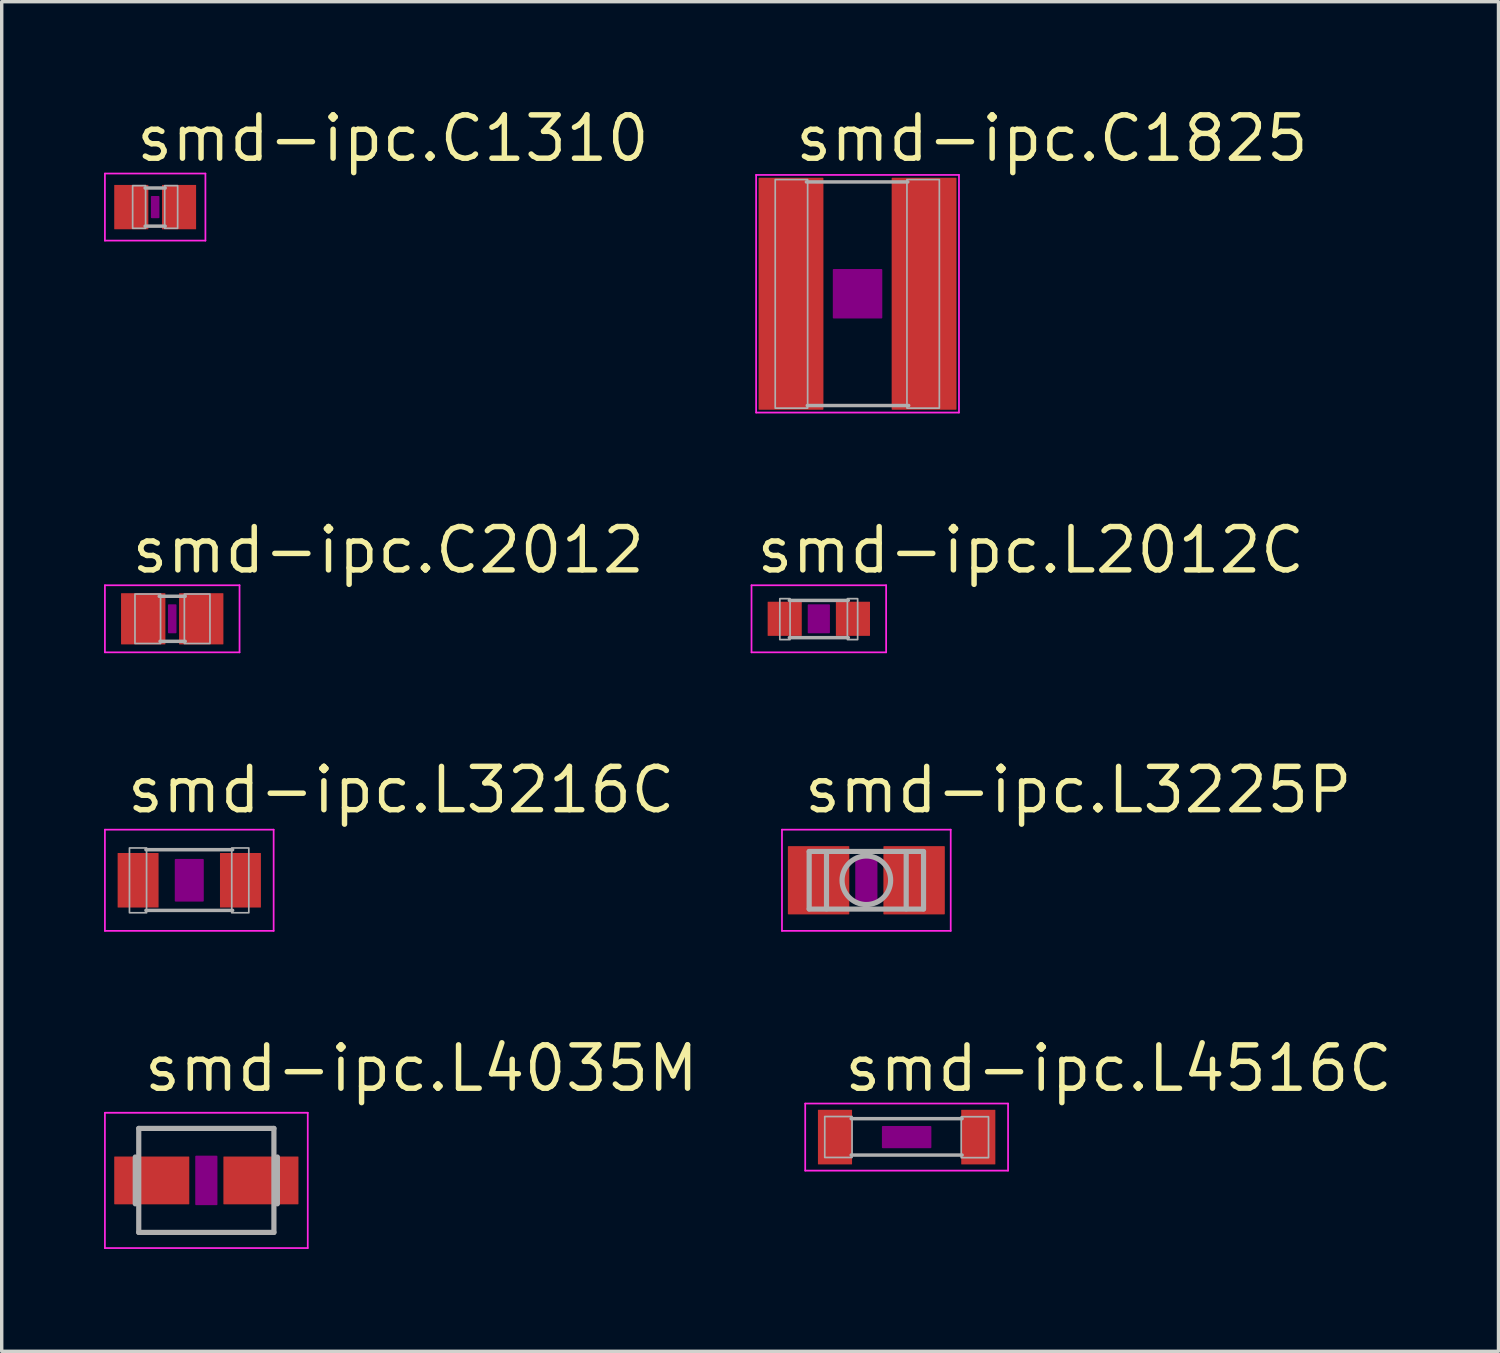
<source format=kicad_pcb>
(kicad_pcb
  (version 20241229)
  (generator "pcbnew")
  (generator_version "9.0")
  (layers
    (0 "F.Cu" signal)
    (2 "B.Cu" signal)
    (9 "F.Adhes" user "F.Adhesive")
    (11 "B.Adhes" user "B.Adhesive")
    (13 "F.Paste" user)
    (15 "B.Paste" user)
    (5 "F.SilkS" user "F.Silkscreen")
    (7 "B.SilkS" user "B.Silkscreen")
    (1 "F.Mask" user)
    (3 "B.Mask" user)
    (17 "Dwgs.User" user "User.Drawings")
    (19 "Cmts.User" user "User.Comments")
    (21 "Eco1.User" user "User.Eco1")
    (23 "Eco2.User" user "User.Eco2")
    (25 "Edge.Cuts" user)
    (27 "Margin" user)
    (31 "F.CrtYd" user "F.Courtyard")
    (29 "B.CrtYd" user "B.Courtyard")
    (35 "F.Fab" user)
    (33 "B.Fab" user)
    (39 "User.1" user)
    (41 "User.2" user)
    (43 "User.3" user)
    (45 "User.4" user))
  (footprint "smd-ipc.C2012"
    (layer "F.Cu")
    (at 1.998 15.088)
    (property "Reference" "smd-ipc.C2012" (at -1.27 -1.27 0) (layer "F.SilkS") (effects (font (size 1.27 1.27) (thickness 0.16)) (justify left bottom)))
    (attr smd)
    (fp_rect (start -0.1 0.4) (end 0.1 -0.4) (stroke (width 0.05) (type default)) (fill yes) (layer "F.Adhes"))
    (fp_line (start -1.973 -0.983) (end 1.973 -0.983) (stroke (width 0.051) (type default)) (layer "F.CrtYd"))
    (fp_line (start -1.973 0.983) (end -1.973 -0.983) (stroke (width 0.051) (type default)) (layer "F.CrtYd"))
    (fp_line (start 1.973 -0.983) (end 1.973 0.983) (stroke (width 0.051) (type default)) (layer "F.CrtYd"))
    (fp_line (start 1.973 0.983) (end -1.973 0.983) (stroke (width 0.051) (type default)) (layer "F.CrtYd"))
    (fp_line (start -0.381 -0.66) (end 0.381 -0.66) (stroke (width 0.102) (type default)) (layer "F.Fab"))
    (fp_line (start -0.356 0.66) (end 0.381 0.66) (stroke (width 0.102) (type default)) (layer "F.Fab"))
    (fp_rect (start -1.092 0.724) (end -0.342 -0.726) (stroke (width 0.05) (type default)) (fill no) (layer "F.Fab"))
    (fp_rect (start 0.356 0.724) (end 1.106 -0.726) (stroke (width 0.05) (type default)) (fill no) (layer "F.Fab"))
    (pad "1" smd roundrect (at -0.85 0) (size 1.3 1.5) (layers "F.Cu" "F.Mask" "F.Paste") (roundrect_rratio 0.01))
    (pad "2" smd roundrect (at 0.85 0) (size 1.3 1.5) (layers "F.Cu" "F.Mask" "F.Paste") (roundrect_rratio 0.01)))
  (footprint "smd-ipc.C1825"
    (layer "F.Cu")
    (at 22.086 5.56)
    (property "Reference" "smd-ipc.C1825" (at -1.905 -3.81 0) (layer "F.SilkS") (effects (font (size 1.27 1.27) (thickness 0.16)) (justify left bottom)))
    (attr smd)
    (fp_rect (start -0.7 0.7) (end 0.7 -0.7) (stroke (width 0.05) (type default)) (fill yes) (layer "F.Adhes"))
    (fp_line (start -2.973 -3.483) (end 2.973 -3.483) (stroke (width 0.051) (type default)) (layer "F.CrtYd"))
    (fp_line (start -2.973 3.483) (end -2.973 -3.483) (stroke (width 0.051) (type default)) (layer "F.CrtYd"))
    (fp_line (start 2.973 -3.483) (end 2.973 3.483) (stroke (width 0.051) (type default)) (layer "F.CrtYd"))
    (fp_line (start 2.973 3.483) (end -2.973 3.483) (stroke (width 0.051) (type default)) (layer "F.CrtYd"))
    (fp_line (start -1.499 -3.277) (end 1.473 -3.277) (stroke (width 0.102) (type default)) (layer "F.Fab"))
    (fp_line (start -1.473 3.277) (end 1.499 3.277) (stroke (width 0.102) (type default)) (layer "F.Fab"))
    (fp_rect (start -2.413 3.353) (end -1.463 -3.347) (stroke (width 0.05) (type default)) (fill no) (layer "F.Fab"))
    (fp_rect (start 1.448 3.353) (end 2.398 -3.347) (stroke (width 0.05) (type default)) (fill no) (layer "F.Fab"))
    (pad "1" smd roundrect (at -1.95 0) (size 1.9 6.8) (layers "F.Cu" "F.Mask" "F.Paste") (roundrect_rratio 0.01))
    (pad "2" smd roundrect (at 1.95 0) (size 1.9 6.8) (layers "F.Cu" "F.Mask" "F.Paste") (roundrect_rratio 0.01)))
  (footprint "smd-ipc.L3225P"
    (layer "F.Cu")
    (at 22.344 22.752)
    (property "Reference" "smd-ipc.L3225P" (at -1.905 -1.905 0) (layer "F.SilkS") (effects (font (size 1.27 1.27) (thickness 0.16)) (justify left bottom)))
    (attr smd)
    (fp_rect (start -0.3 0.7) (end 0.3 -0.7) (stroke (width 0.05) (type default)) (fill yes) (layer "F.Adhes"))
    (fp_line (start -2.473 -1.483) (end 2.473 -1.483) (stroke (width 0.051) (type default)) (layer "F.CrtYd"))
    (fp_line (start -2.473 1.483) (end -2.473 -1.483) (stroke (width 0.051) (type default)) (layer "F.CrtYd"))
    (fp_line (start 2.473 -1.483) (end 2.473 1.483) (stroke (width 0.051) (type default)) (layer "F.CrtYd"))
    (fp_line (start 2.473 1.483) (end -2.473 1.483) (stroke (width 0.051) (type default)) (layer "F.CrtYd"))
    (fp_line (start -1.676 -0.845) (end 1.676 -0.845) (stroke (width 0.152) (type default)) (layer "F.Fab"))
    (fp_line (start -1.676 -0.838) (end -1.676 0.838) (stroke (width 0.152) (type default)) (layer "F.Fab"))
    (fp_line (start -1.168 -0.838) (end -1.168 0.838) (stroke (width 0.152) (type default)) (layer "F.Fab"))
    (fp_line (start 1.168 -0.838) (end 1.168 0.838) (stroke (width 0.152) (type default)) (layer "F.Fab"))
    (fp_line (start 1.676 -0.838) (end 1.676 0.838) (stroke (width 0.152) (type default)) (layer "F.Fab"))
    (fp_line (start 1.676 0.845) (end -1.676 0.845) (stroke (width 0.152) (type default)) (layer "F.Fab"))
    (fp_circle (center 0 0) (end 0.712 0) (stroke (width 0.152) (type default)) (fill no) (layer "F.Fab"))
    (pad "1" smd roundrect (at -1.4 0) (size 1.8 2) (layers "F.Cu" "F.Mask" "F.Paste") (roundrect_rratio 0.01))
    (pad "2" smd roundrect (at 1.4 0) (size 1.8 2) (layers "F.Cu" "F.Mask" "F.Paste") (roundrect_rratio 0.01)))
  (footprint "smd-ipc.L2012C"
    (layer "F.Cu")
    (at 20.951 15.088)
    (property "Reference" "smd-ipc.L2012C" (at -1.905 -1.27 0) (layer "F.SilkS") (effects (font (size 1.27 1.27) (thickness 0.16)) (justify left bottom)))
    (attr smd)
    (fp_rect (start -0.3 0.4) (end 0.3 -0.4) (stroke (width 0.05) (type default)) (fill yes) (layer "F.Adhes"))
    (fp_line (start -1.973 -0.983) (end 1.973 -0.983) (stroke (width 0.051) (type default)) (layer "F.CrtYd"))
    (fp_line (start -1.973 0.983) (end -1.973 -0.983) (stroke (width 0.051) (type default)) (layer "F.CrtYd"))
    (fp_line (start 1.973 -0.983) (end 1.973 0.983) (stroke (width 0.051) (type default)) (layer "F.CrtYd"))
    (fp_line (start 1.973 0.983) (end -1.973 0.983) (stroke (width 0.051) (type default)) (layer "F.CrtYd"))
    (fp_line (start -0.864 -0.54) (end 0.864 -0.54) (stroke (width 0.102) (type default)) (layer "F.Fab"))
    (fp_line (start -0.864 0.553) (end 0.864 0.553) (stroke (width 0.102) (type default)) (layer "F.Fab"))
    (fp_rect (start -1.143 0.61) (end -0.843 -0.59) (stroke (width 0.05) (type default)) (fill no) (layer "F.Fab"))
    (fp_rect (start 0.838 0.61) (end 1.138 -0.59) (stroke (width 0.05) (type default)) (fill no) (layer "F.Fab"))
    (pad "1" smd roundrect (at -1 0) (size 1 1) (layers "F.Cu" "F.Mask" "F.Paste") (roundrect_rratio 0.01))
    (pad "2" smd roundrect (at 1 0) (size 1 1) (layers "F.Cu" "F.Mask" "F.Paste") (roundrect_rratio 0.01)))
  (footprint "smd-ipc.L4516C"
    (layer "F.Cu")
    (at 23.525 30.28)
    (property "Reference" "smd-ipc.L4516C" (at -1.905 -1.27 0) (layer "F.SilkS") (effects (font (size 1.27 1.27) (thickness 0.16)) (justify left bottom)))
    (attr smd)
    (fp_rect (start -0.7 0.3) (end 0.7 -0.3) (stroke (width 0.05) (type default)) (fill yes) (layer "F.Adhes"))
    (fp_line (start -2.973 -0.983) (end 2.973 -0.983) (stroke (width 0.051) (type default)) (layer "F.CrtYd"))
    (fp_line (start -2.973 0.983) (end -2.973 -0.983) (stroke (width 0.051) (type default)) (layer "F.CrtYd"))
    (fp_line (start 2.973 -0.983) (end 2.973 0.983) (stroke (width 0.051) (type default)) (layer "F.CrtYd"))
    (fp_line (start 2.973 0.983) (end -2.973 0.983) (stroke (width 0.051) (type default)) (layer "F.CrtYd"))
    (fp_line (start -1.626 -0.54) (end 1.626 -0.54) (stroke (width 0.102) (type default)) (layer "F.Fab"))
    (fp_line (start -1.626 0.527) (end 1.626 0.527) (stroke (width 0.102) (type default)) (layer "F.Fab"))
    (fp_rect (start -2.4 0.597) (end -1.6 -0.603) (stroke (width 0.05) (type default)) (fill no) (layer "F.Fab"))
    (fp_rect (start 1.6 0.603) (end 2.4 -0.597) (stroke (width 0.05) (type default)) (fill no) (layer "F.Fab"))
    (pad "1" smd roundrect (at -2.1 0) (size 1 1.6) (layers "F.Cu" "F.Mask" "F.Paste") (roundrect_rratio 0.01))
    (pad "2" smd roundrect (at 2.1 0) (size 1 1.6) (layers "F.Cu" "F.Mask" "F.Paste") (roundrect_rratio 0.01)))
  (footprint "smd-ipc.L3216C"
    (layer "F.Cu")
    (at 2.498 22.752)
    (property "Reference" "smd-ipc.L3216C" (at -1.905 -1.905 0) (layer "F.SilkS") (effects (font (size 1.27 1.27) (thickness 0.16)) (justify left bottom)))
    (attr smd)
    (fp_rect (start -0.4 0.6) (end 0.4 -0.6) (stroke (width 0.05) (type default)) (fill yes) (layer "F.Adhes"))
    (fp_line (start -2.473 -1.483) (end 2.473 -1.483) (stroke (width 0.051) (type default)) (layer "F.CrtYd"))
    (fp_line (start -2.473 1.483) (end -2.473 -1.483) (stroke (width 0.051) (type default)) (layer "F.CrtYd"))
    (fp_line (start 2.473 -1.483) (end 2.473 1.483) (stroke (width 0.051) (type default)) (layer "F.CrtYd"))
    (fp_line (start 2.473 1.483) (end -2.473 1.483) (stroke (width 0.051) (type default)) (layer "F.CrtYd"))
    (fp_line (start -1.27 -0.896) (end 1.27 -0.896) (stroke (width 0.102) (type default)) (layer "F.Fab"))
    (fp_line (start -1.27 0.883) (end 1.27 0.883) (stroke (width 0.102) (type default)) (layer "F.Fab"))
    (fp_rect (start -1.753 0.953) (end -1.252 -0.947) (stroke (width 0.05) (type default)) (fill no) (layer "F.Fab"))
    (fp_rect (start 1.245 0.953) (end 1.745 -0.947) (stroke (width 0.05) (type default)) (fill no) (layer "F.Fab"))
    (pad "1" smd roundrect (at -1.5 0) (size 1.2 1.6) (layers "F.Cu" "F.Mask" "F.Paste") (roundrect_rratio 0.01))
    (pad "2" smd roundrect (at 1.5 0) (size 1.2 1.6) (layers "F.Cu" "F.Mask" "F.Paste") (roundrect_rratio 0.01)))
  (footprint "smd-ipc.C1310"
    (layer "F.Cu")
    (at 1.498 3.02)
    (property "Reference" "smd-ipc.C1310" (at -0.635 -1.27 0) (layer "F.SilkS") (effects (font (size 1.27 1.27) (thickness 0.16)) (justify left bottom)))
    (attr smd)
    (fp_rect (start -0.1 0.3) (end 0.1 -0.3) (stroke (width 0.05) (type default)) (fill yes) (layer "F.Adhes"))
    (fp_line (start -1.473 -0.983) (end 1.473 -0.983) (stroke (width 0.051) (type default)) (layer "F.CrtYd"))
    (fp_line (start -1.473 0.983) (end -1.473 -0.983) (stroke (width 0.051) (type default)) (layer "F.CrtYd"))
    (fp_line (start 1.473 -0.983) (end 1.473 0.983) (stroke (width 0.051) (type default)) (layer "F.CrtYd"))
    (fp_line (start 1.473 0.983) (end -1.473 0.983) (stroke (width 0.051) (type default)) (layer "F.CrtYd"))
    (fp_line (start -0.294 -0.559) (end 0.294 -0.559) (stroke (width 0.102) (type default)) (layer "F.Fab"))
    (fp_line (start -0.294 0.559) (end 0.294 0.559) (stroke (width 0.102) (type default)) (layer "F.Fab"))
    (fp_rect (start -0.66 0.622) (end -0.28 -0.628) (stroke (width 0.05) (type default)) (fill no) (layer "F.Fab"))
    (fp_rect (start 0.279 0.622) (end 0.659 -0.628) (stroke (width 0.05) (type default)) (fill no) (layer "F.Fab"))
    (pad "1" smd roundrect (at -0.7 0) (size 1 1.3) (layers "F.Cu" "F.Mask" "F.Paste") (roundrect_rratio 0.01))
    (pad "2" smd roundrect (at 0.7 0) (size 1 1.3) (layers "F.Cu" "F.Mask" "F.Paste") (roundrect_rratio 0.01)))
  (footprint "smd-ipc.L4035M"
    (layer "F.Cu")
    (at 2.998 31.55)
    (property "Reference" "smd-ipc.L4035M" (at -1.905 -2.54 0) (layer "F.SilkS") (effects (font (size 1.27 1.27) (thickness 0.16)) (justify left bottom)))
    (attr smd)
    (fp_rect (start -0.3 0.7) (end 0.3 -0.7) (stroke (width 0.05) (type default)) (fill yes) (layer "F.Adhes"))
    (fp_line (start -2.973 -1.983) (end 2.973 -1.983) (stroke (width 0.051) (type default)) (layer "F.CrtYd"))
    (fp_line (start -2.973 1.983) (end -2.973 -1.983) (stroke (width 0.051) (type default)) (layer "F.CrtYd"))
    (fp_line (start 2.973 -1.983) (end 2.973 1.983) (stroke (width 0.051) (type default)) (layer "F.CrtYd"))
    (fp_line (start 2.973 1.983) (end -2.973 1.983) (stroke (width 0.051) (type default)) (layer "F.CrtYd"))
    (fp_line (start -2.083 -0.686) (end -2.083 0.686) (stroke (width 0.152) (type default)) (layer "F.Fab"))
    (fp_line (start -1.981 -1.524) (end -1.981 1.524) (stroke (width 0.152) (type default)) (layer "F.Fab"))
    (fp_line (start -1.981 1.524) (end 1.981 1.524) (stroke (width 0.152) (type default)) (layer "F.Fab"))
    (fp_line (start 1.981 -1.524) (end -1.981 -1.524) (stroke (width 0.152) (type default)) (layer "F.Fab"))
    (fp_line (start 1.981 1.524) (end 1.981 -1.524) (stroke (width 0.152) (type default)) (layer "F.Fab"))
    (fp_line (start 2.083 -0.686) (end 2.083 0.686) (stroke (width 0.152) (type default)) (layer "F.Fab"))
    (pad "1" smd roundrect (at -1.6 0) (size 2.2 1.4) (layers "F.Cu" "F.Mask" "F.Paste") (roundrect_rratio 0.01))
    (pad "2" smd roundrect (at 1.6 0) (size 2.2 1.4) (layers "F.Cu" "F.Mask" "F.Paste") (roundrect_rratio 0.01)))
  (gr_rect
    (start -3 -3)
    (end 40.873 36.559)
    (stroke (width 0.1) (type default))
    (fill no)
    (layer "Edge.Cuts")))
</source>
